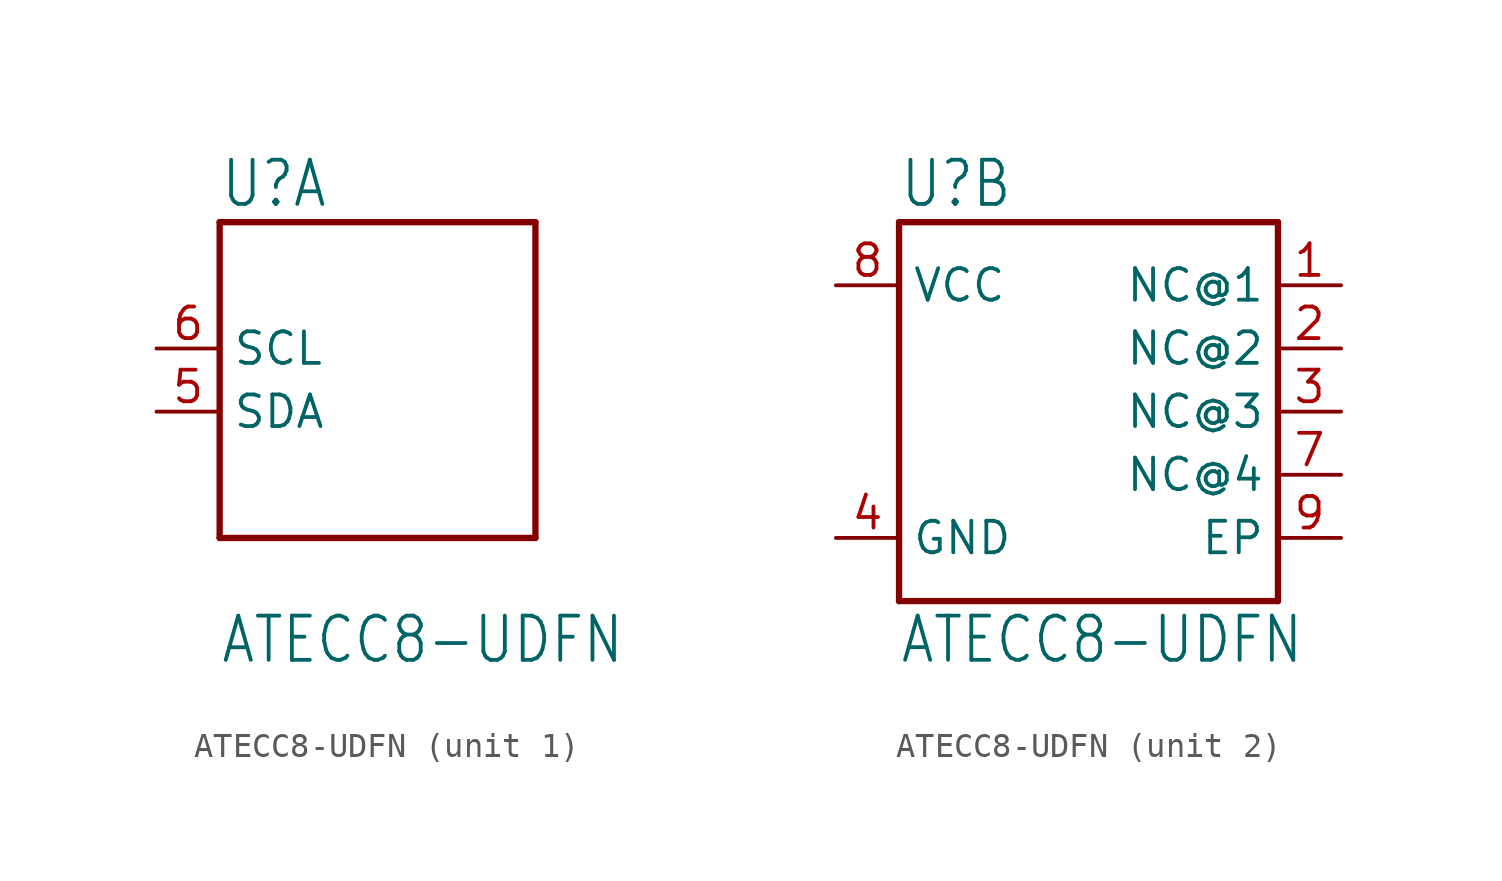
<source format=kicad_sym>
(kicad_symbol_lib
  (version 20211014)
  (generator kicad_symbol_editor)
  (symbol "ATECC8-UDFN"
    (property "Reference" "U"
      (at -7.62 8.128 0)
      (effects (font (size 1.778 1.511)) (justify left bottom)))
    (property "Value" "ATECC8-UDFN"
      (at -7.62 -8.128 0)
      (effects (font (size 1.778 1.511)) (justify left top)))
    (property "ki_locked" ""
      (at 0 0 0)
      (effects (font (size 1.27 1.27))))
    (symbol "ATECC8-UDFN_1_0"
      (polyline (pts (xy -7.62 -5.08) (xy -7.62 7.62)) (stroke (width 0.254) (type default) (color 0 0 0 0)) (fill (type none)))
      (polyline (pts (xy -7.62 7.62) (xy 5.08 7.62)) (stroke (width 0.254) (type default) (color 0 0 0 0)) (fill (type none)))
      (polyline (pts (xy 5.08 -5.08) (xy -7.62 -5.08)) (stroke (width 0.254) (type default) (color 0 0 0 0)) (fill (type none)))
      (polyline (pts (xy 5.08 7.62) (xy 5.08 -5.08)) (stroke (width 0.254) (type default) (color 0 0 0 0)) (fill (type none)))
      (pin bidirectional line (at -10.16 0 0) (length 2.54) (name "SDA" (effects (font (size 1.27 1.27)))) (number "5" (effects (font (size 1.27 1.27)))))
      (pin input line (at -10.16 2.54 0) (length 2.54) (name "SCL" (effects (font (size 1.27 1.27)))) (number "6" (effects (font (size 1.27 1.27))))))
    (symbol "ATECC8-UDFN_2_0"
      (polyline (pts (xy -7.62 -7.62) (xy -7.62 7.62)) (stroke (width 0.254) (type default) (color 0 0 0 0)) (fill (type none)))
      (polyline (pts (xy -7.62 7.62) (xy 7.62 7.62)) (stroke (width 0.254) (type default) (color 0 0 0 0)) (fill (type none)))
      (polyline (pts (xy 7.62 -7.62) (xy -7.62 -7.62)) (stroke (width 0.254) (type default) (color 0 0 0 0)) (fill (type none)))
      (polyline (pts (xy 7.62 7.62) (xy 7.62 -7.62)) (stroke (width 0.254) (type default) (color 0 0 0 0)) (fill (type none)))
      (pin bidirectional line (at 10.16 5.08 180) (length 2.54) (name "NC@1" (effects (font (size 1.27 1.27)))) (number "1" (effects (font (size 1.27 1.27)))))
      (pin bidirectional line (at 10.16 2.54 180) (length 2.54) (name "NC@2" (effects (font (size 1.27 1.27)))) (number "2" (effects (font (size 1.27 1.27)))))
      (pin bidirectional line (at 10.16 0 180) (length 2.54) (name "NC@3" (effects (font (size 1.27 1.27)))) (number "3" (effects (font (size 1.27 1.27)))))
      (pin power_in line (at -10.16 -5.08 0) (length 2.54) (name "GND" (effects (font (size 1.27 1.27)))) (number "4" (effects (font (size 1.27 1.27)))))
      (pin bidirectional line (at 10.16 -2.54 180) (length 2.54) (name "NC@4" (effects (font (size 1.27 1.27)))) (number "7" (effects (font (size 1.27 1.27)))))
      (pin power_in line (at -10.16 5.08 0) (length 2.54) (name "VCC" (effects (font (size 1.27 1.27)))) (number "8" (effects (font (size 1.27 1.27)))))
      (pin passive line (at 10.16 -5.08 180) (length 2.54) (name "EP" (effects (font (size 1.27 1.27)))) (number "9" (effects (font (size 1.27 1.27))))))))
</source>
